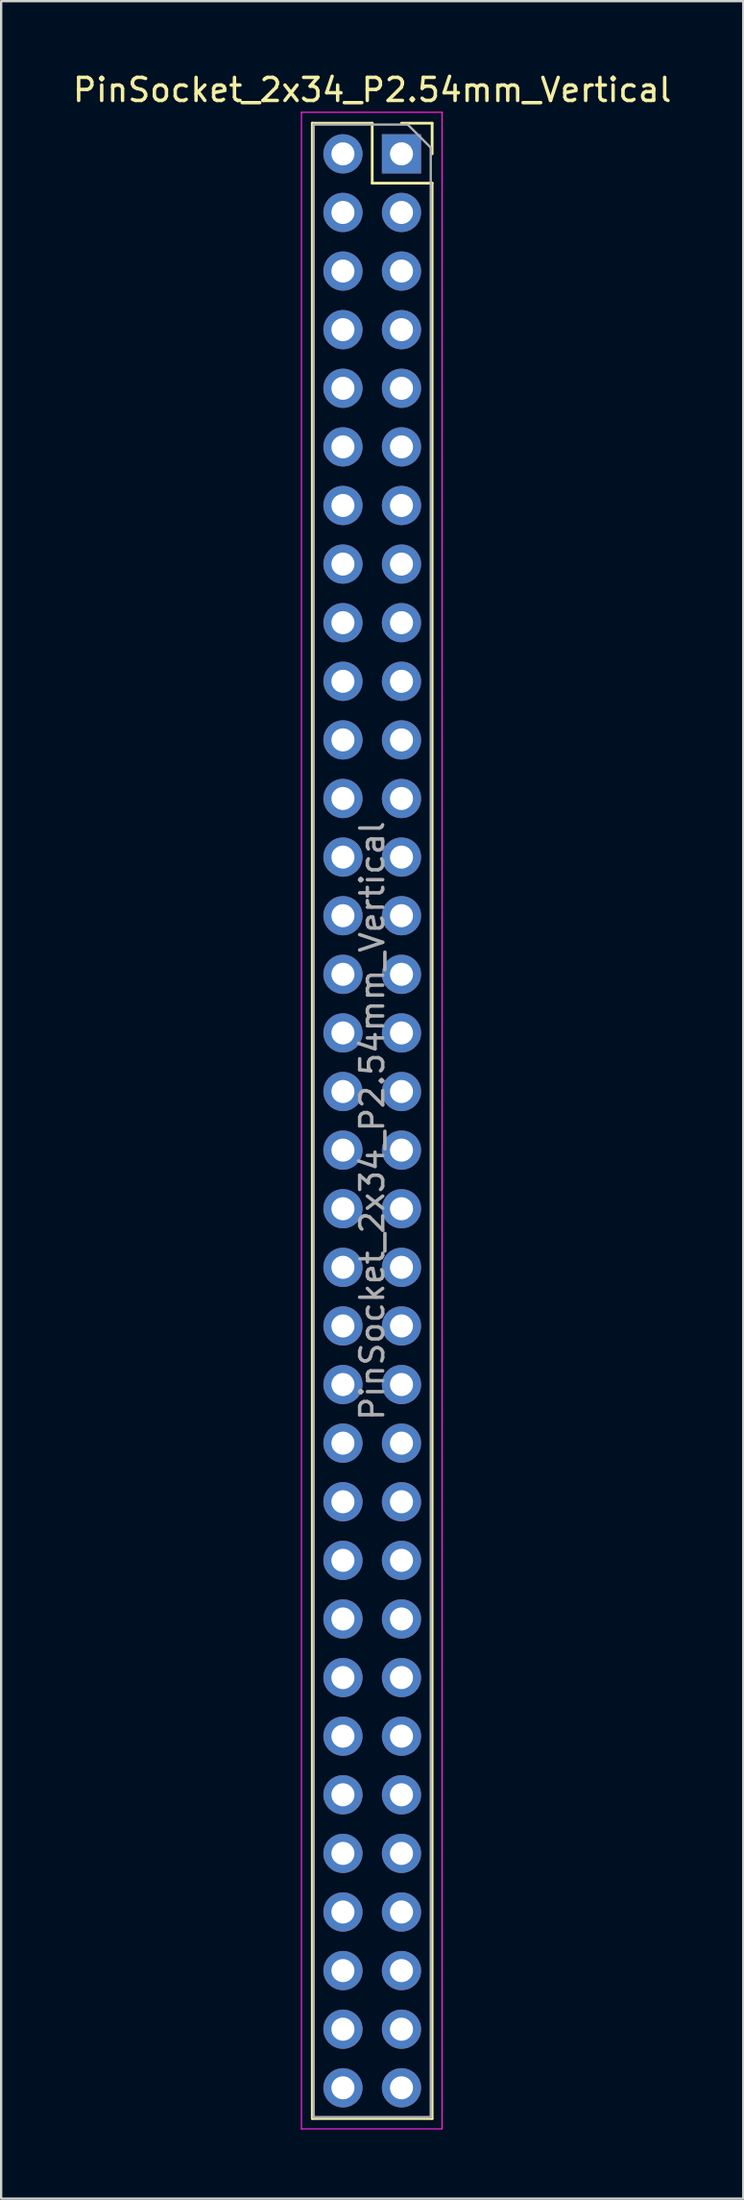
<source format=kicad_pcb>
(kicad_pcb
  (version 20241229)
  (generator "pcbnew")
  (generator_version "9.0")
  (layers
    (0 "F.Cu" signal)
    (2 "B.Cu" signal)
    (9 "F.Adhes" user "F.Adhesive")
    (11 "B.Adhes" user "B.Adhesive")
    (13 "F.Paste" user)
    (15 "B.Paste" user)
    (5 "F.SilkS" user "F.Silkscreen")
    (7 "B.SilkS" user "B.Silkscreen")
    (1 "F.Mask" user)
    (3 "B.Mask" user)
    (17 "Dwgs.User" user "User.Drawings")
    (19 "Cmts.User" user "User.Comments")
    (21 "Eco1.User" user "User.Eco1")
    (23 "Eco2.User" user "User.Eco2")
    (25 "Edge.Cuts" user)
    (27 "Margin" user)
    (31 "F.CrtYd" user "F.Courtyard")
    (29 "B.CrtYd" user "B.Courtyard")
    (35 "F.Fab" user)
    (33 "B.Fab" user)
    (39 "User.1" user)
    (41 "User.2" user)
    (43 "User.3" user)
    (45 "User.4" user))
  (footprint "PinSocket_2x34_P2.54mm_Vertical"
    (layer "F.Cu")
    (at 14.371 3.618)
    (property "Reference" "PinSocket_2x34_P2.54mm_Vertical" (at -1.27 -2.77 0) (layer "F.SilkS") (effects (font (size 1 1) (thickness 0.15))))
    (attr through_hole)
    (fp_line (start -3.87 -1.33) (end -3.87 85.15) (stroke (width 0.12) (type solid)) (layer "F.SilkS"))
    (fp_line (start -3.87 -1.33) (end -1.27 -1.33) (stroke (width 0.12) (type solid)) (layer "F.SilkS"))
    (fp_line (start -3.87 85.15) (end 1.33 85.15) (stroke (width 0.12) (type solid)) (layer "F.SilkS"))
    (fp_line (start -1.27 -1.33) (end -1.27 1.27) (stroke (width 0.12) (type solid)) (layer "F.SilkS"))
    (fp_line (start -1.27 1.27) (end 1.33 1.27) (stroke (width 0.12) (type solid)) (layer "F.SilkS"))
    (fp_line (start 0 -1.33) (end 1.33 -1.33) (stroke (width 0.12) (type solid)) (layer "F.SilkS"))
    (fp_line (start 1.33 -1.33) (end 1.33 0) (stroke (width 0.12) (type solid)) (layer "F.SilkS"))
    (fp_line (start 1.33 1.27) (end 1.33 85.15) (stroke (width 0.12) (type solid)) (layer "F.SilkS"))
    (fp_line (start -4.34 -1.8) (end 1.76 -1.8) (stroke (width 0.05) (type solid)) (layer "F.CrtYd"))
    (fp_line (start -4.34 85.6) (end -4.34 -1.8) (stroke (width 0.05) (type solid)) (layer "F.CrtYd"))
    (fp_line (start 1.76 -1.8) (end 1.76 85.6) (stroke (width 0.05) (type solid)) (layer "F.CrtYd"))
    (fp_line (start 1.76 85.6) (end -4.34 85.6) (stroke (width 0.05) (type solid)) (layer "F.CrtYd"))
    (fp_line (start -3.81 -1.27) (end 0.27 -1.27) (stroke (width 0.1) (type solid)) (layer "F.Fab"))
    (fp_line (start -3.81 85.09) (end -3.81 -1.27) (stroke (width 0.1) (type solid)) (layer "F.Fab"))
    (fp_line (start 0.27 -1.27) (end 1.27 -0.27) (stroke (width 0.1) (type solid)) (layer "F.Fab"))
    (fp_line (start 1.27 -0.27) (end 1.27 85.09) (stroke (width 0.1) (type solid)) (layer "F.Fab"))
    (fp_line (start 1.27 85.09) (end -3.81 85.09) (stroke (width 0.1) (type solid)) (layer "F.Fab"))
    (fp_text user "${REFERENCE}" (at -1.27 41.91 90) (layer "F.Fab") (effects (font (size 1 1) (thickness 0.15))))
    (pad "1" thru_hole rect (at 0 0) (size 1.7 1.7) (drill 1) (layers "*.Cu" "*.Mask"))
    (pad "2" thru_hole circle (at -2.54 0) (size 1.7 1.7) (drill 1) (layers "*.Cu" "*.Mask"))
    (pad "3" thru_hole circle (at 0 2.54) (size 1.7 1.7) (drill 1) (layers "*.Cu" "*.Mask"))
    (pad "4" thru_hole circle (at -2.54 2.54) (size 1.7 1.7) (drill 1) (layers "*.Cu" "*.Mask"))
    (pad "5" thru_hole circle (at 0 5.08) (size 1.7 1.7) (drill 1) (layers "*.Cu" "*.Mask"))
    (pad "6" thru_hole circle (at -2.54 5.08) (size 1.7 1.7) (drill 1) (layers "*.Cu" "*.Mask"))
    (pad "7" thru_hole circle (at 0 7.62) (size 1.7 1.7) (drill 1) (layers "*.Cu" "*.Mask"))
    (pad "8" thru_hole circle (at -2.54 7.62) (size 1.7 1.7) (drill 1) (layers "*.Cu" "*.Mask"))
    (pad "9" thru_hole circle (at 0 10.16) (size 1.7 1.7) (drill 1) (layers "*.Cu" "*.Mask"))
    (pad "10" thru_hole circle (at -2.54 10.16) (size 1.7 1.7) (drill 1) (layers "*.Cu" "*.Mask"))
    (pad "11" thru_hole circle (at 0 12.7) (size 1.7 1.7) (drill 1) (layers "*.Cu" "*.Mask"))
    (pad "12" thru_hole circle (at -2.54 12.7) (size 1.7 1.7) (drill 1) (layers "*.Cu" "*.Mask"))
    (pad "13" thru_hole circle (at 0 15.24) (size 1.7 1.7) (drill 1) (layers "*.Cu" "*.Mask"))
    (pad "14" thru_hole circle (at -2.54 15.24) (size 1.7 1.7) (drill 1) (layers "*.Cu" "*.Mask"))
    (pad "15" thru_hole circle (at 0 17.78) (size 1.7 1.7) (drill 1) (layers "*.Cu" "*.Mask"))
    (pad "16" thru_hole circle (at -2.54 17.78) (size 1.7 1.7) (drill 1) (layers "*.Cu" "*.Mask"))
    (pad "17" thru_hole circle (at 0 20.32) (size 1.7 1.7) (drill 1) (layers "*.Cu" "*.Mask"))
    (pad "18" thru_hole circle (at -2.54 20.32) (size 1.7 1.7) (drill 1) (layers "*.Cu" "*.Mask"))
    (pad "19" thru_hole circle (at 0 22.86) (size 1.7 1.7) (drill 1) (layers "*.Cu" "*.Mask"))
    (pad "20" thru_hole circle (at -2.54 22.86) (size 1.7 1.7) (drill 1) (layers "*.Cu" "*.Mask"))
    (pad "21" thru_hole circle (at 0 25.4) (size 1.7 1.7) (drill 1) (layers "*.Cu" "*.Mask"))
    (pad "22" thru_hole circle (at -2.54 25.4) (size 1.7 1.7) (drill 1) (layers "*.Cu" "*.Mask"))
    (pad "23" thru_hole circle (at 0 27.94) (size 1.7 1.7) (drill 1) (layers "*.Cu" "*.Mask"))
    (pad "24" thru_hole circle (at -2.54 27.94) (size 1.7 1.7) (drill 1) (layers "*.Cu" "*.Mask"))
    (pad "25" thru_hole circle (at 0 30.48) (size 1.7 1.7) (drill 1) (layers "*.Cu" "*.Mask"))
    (pad "26" thru_hole circle (at -2.54 30.48) (size 1.7 1.7) (drill 1) (layers "*.Cu" "*.Mask"))
    (pad "27" thru_hole circle (at 0 33.02) (size 1.7 1.7) (drill 1) (layers "*.Cu" "*.Mask"))
    (pad "28" thru_hole circle (at -2.54 33.02) (size 1.7 1.7) (drill 1) (layers "*.Cu" "*.Mask"))
    (pad "29" thru_hole circle (at 0 35.56) (size 1.7 1.7) (drill 1) (layers "*.Cu" "*.Mask"))
    (pad "30" thru_hole circle (at -2.54 35.56) (size 1.7 1.7) (drill 1) (layers "*.Cu" "*.Mask"))
    (pad "31" thru_hole circle (at 0 38.1) (size 1.7 1.7) (drill 1) (layers "*.Cu" "*.Mask"))
    (pad "32" thru_hole circle (at -2.54 38.1) (size 1.7 1.7) (drill 1) (layers "*.Cu" "*.Mask"))
    (pad "33" thru_hole circle (at 0 40.64) (size 1.7 1.7) (drill 1) (layers "*.Cu" "*.Mask"))
    (pad "34" thru_hole circle (at -2.54 40.64) (size 1.7 1.7) (drill 1) (layers "*.Cu" "*.Mask"))
    (pad "35" thru_hole circle (at 0 43.18) (size 1.7 1.7) (drill 1) (layers "*.Cu" "*.Mask"))
    (pad "36" thru_hole circle (at -2.54 43.18) (size 1.7 1.7) (drill 1) (layers "*.Cu" "*.Mask"))
    (pad "37" thru_hole circle (at 0 45.72) (size 1.7 1.7) (drill 1) (layers "*.Cu" "*.Mask"))
    (pad "38" thru_hole circle (at -2.54 45.72) (size 1.7 1.7) (drill 1) (layers "*.Cu" "*.Mask"))
    (pad "39" thru_hole circle (at 0 48.26) (size 1.7 1.7) (drill 1) (layers "*.Cu" "*.Mask"))
    (pad "40" thru_hole circle (at -2.54 48.26) (size 1.7 1.7) (drill 1) (layers "*.Cu" "*.Mask"))
    (pad "41" thru_hole circle (at 0 50.8) (size 1.7 1.7) (drill 1) (layers "*.Cu" "*.Mask"))
    (pad "42" thru_hole circle (at -2.54 50.8) (size 1.7 1.7) (drill 1) (layers "*.Cu" "*.Mask"))
    (pad "43" thru_hole circle (at 0 53.34) (size 1.7 1.7) (drill 1) (layers "*.Cu" "*.Mask"))
    (pad "44" thru_hole circle (at -2.54 53.34) (size 1.7 1.7) (drill 1) (layers "*.Cu" "*.Mask"))
    (pad "45" thru_hole circle (at 0 55.88) (size 1.7 1.7) (drill 1) (layers "*.Cu" "*.Mask"))
    (pad "46" thru_hole circle (at -2.54 55.88) (size 1.7 1.7) (drill 1) (layers "*.Cu" "*.Mask"))
    (pad "47" thru_hole circle (at 0 58.42) (size 1.7 1.7) (drill 1) (layers "*.Cu" "*.Mask"))
    (pad "48" thru_hole circle (at -2.54 58.42) (size 1.7 1.7) (drill 1) (layers "*.Cu" "*.Mask"))
    (pad "49" thru_hole circle (at 0 60.96) (size 1.7 1.7) (drill 1) (layers "*.Cu" "*.Mask"))
    (pad "50" thru_hole circle (at -2.54 60.96) (size 1.7 1.7) (drill 1) (layers "*.Cu" "*.Mask"))
    (pad "51" thru_hole circle (at 0 63.5) (size 1.7 1.7) (drill 1) (layers "*.Cu" "*.Mask"))
    (pad "52" thru_hole circle (at -2.54 63.5) (size 1.7 1.7) (drill 1) (layers "*.Cu" "*.Mask"))
    (pad "53" thru_hole circle (at 0 66.04) (size 1.7 1.7) (drill 1) (layers "*.Cu" "*.Mask"))
    (pad "54" thru_hole circle (at -2.54 66.04) (size 1.7 1.7) (drill 1) (layers "*.Cu" "*.Mask"))
    (pad "55" thru_hole circle (at 0 68.58) (size 1.7 1.7) (drill 1) (layers "*.Cu" "*.Mask"))
    (pad "56" thru_hole circle (at -2.54 68.58) (size 1.7 1.7) (drill 1) (layers "*.Cu" "*.Mask"))
    (pad "57" thru_hole circle (at 0 71.12) (size 1.7 1.7) (drill 1) (layers "*.Cu" "*.Mask"))
    (pad "58" thru_hole circle (at -2.54 71.12) (size 1.7 1.7) (drill 1) (layers "*.Cu" "*.Mask"))
    (pad "59" thru_hole circle (at 0 73.66) (size 1.7 1.7) (drill 1) (layers "*.Cu" "*.Mask"))
    (pad "60" thru_hole circle (at -2.54 73.66) (size 1.7 1.7) (drill 1) (layers "*.Cu" "*.Mask"))
    (pad "61" thru_hole circle (at 0 76.2) (size 1.7 1.7) (drill 1) (layers "*.Cu" "*.Mask"))
    (pad "62" thru_hole circle (at -2.54 76.2) (size 1.7 1.7) (drill 1) (layers "*.Cu" "*.Mask"))
    (pad "63" thru_hole circle (at 0 78.74) (size 1.7 1.7) (drill 1) (layers "*.Cu" "*.Mask"))
    (pad "64" thru_hole circle (at -2.54 78.74) (size 1.7 1.7) (drill 1) (layers "*.Cu" "*.Mask"))
    (pad "65" thru_hole circle (at 0 81.28) (size 1.7 1.7) (drill 1) (layers "*.Cu" "*.Mask"))
    (pad "66" thru_hole circle (at -2.54 81.28) (size 1.7 1.7) (drill 1) (layers "*.Cu" "*.Mask"))
    (pad "67" thru_hole circle (at 0 83.82) (size 1.7 1.7) (drill 1) (layers "*.Cu" "*.Mask"))
    (pad "68" thru_hole circle (at -2.54 83.82) (size 1.7 1.7) (drill 1) (layers "*.Cu" "*.Mask")))
  (gr_rect
    (start -3 -3)
    (end 29.202 92.243)
    (stroke (width 0.1) (type default))
    (fill no)
    (layer "Edge.Cuts")))
</source>
